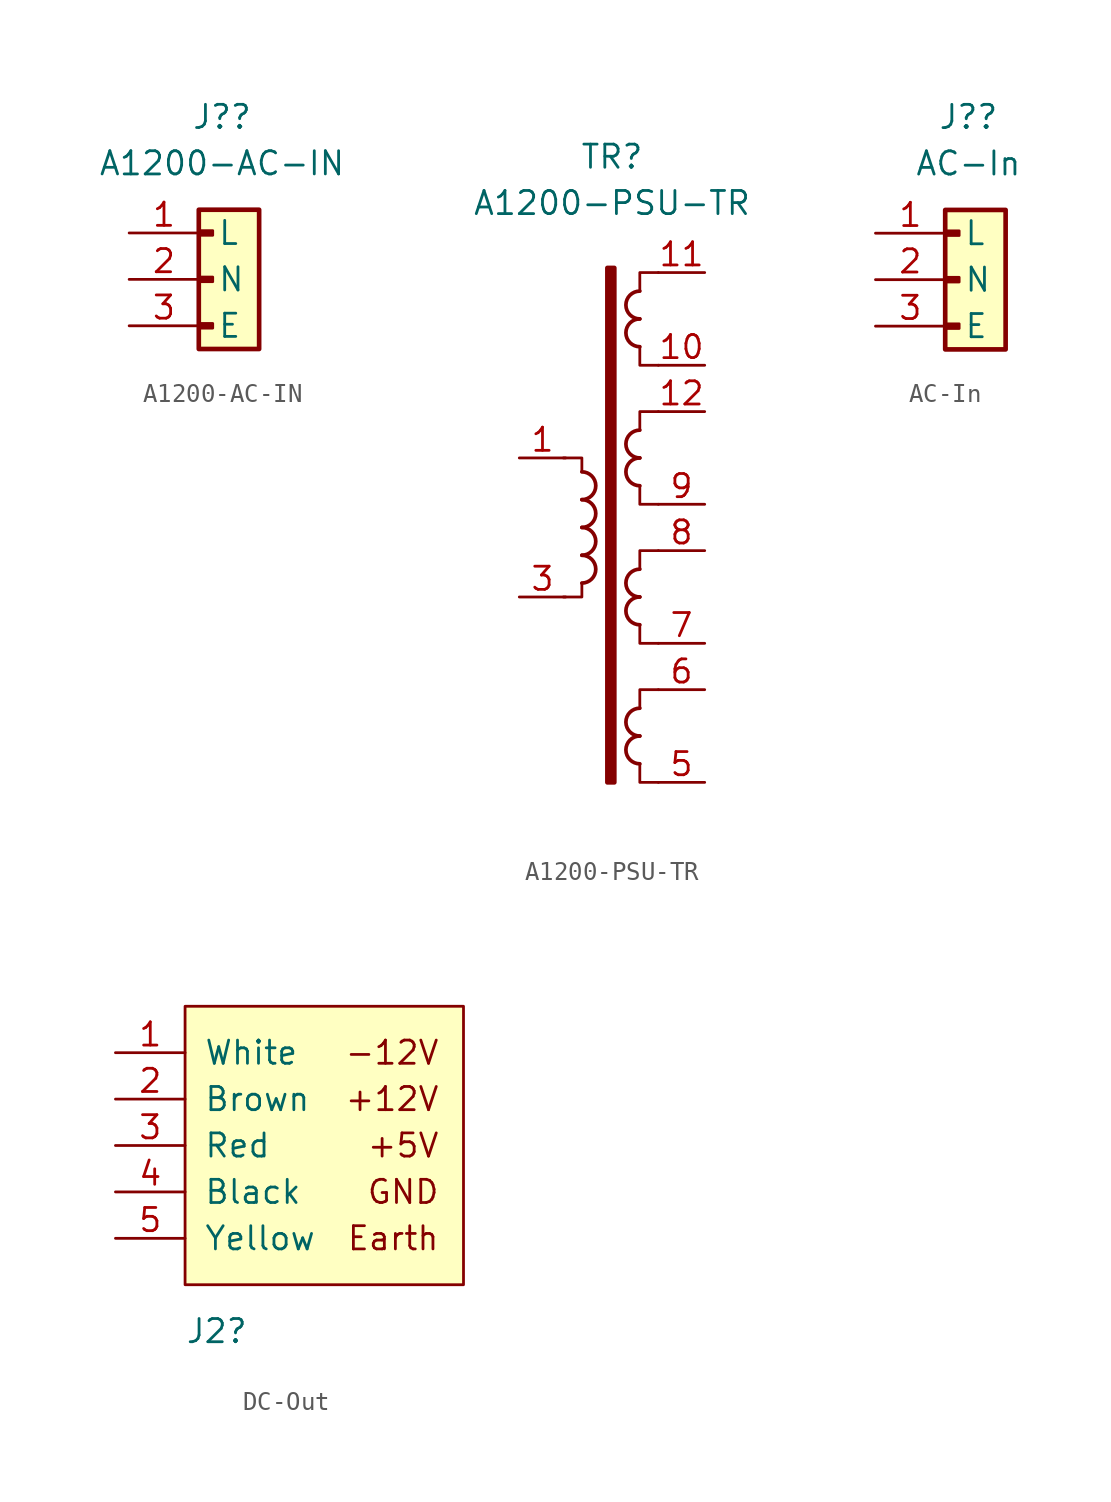
<source format=kicad_sym>
(kicad_symbol_lib
  (version 20211014)
  (generator kicad_symbol_editor)
  (symbol "A1200-AC-IN"
    (pin_names
      (offset 1.016))
    (property "Reference" "J?"
      (at 0 8.89 0)
      (effects (font (size 1.27 1.27))))
    (property "Value" "A1200-AC-IN"
      (at 0 6.35 0)
      (effects (font (size 1.27 1.27))))
    (symbol "A1200-AC-IN_1_1"
      (rectangle (start -1.27 -2.413) (end -0.508 -2.667) (stroke (width 0.152) (type default) (color 0 0 0 0)) (fill (type outline)))
      (rectangle (start -1.27 0.127) (end -0.508 -0.127) (stroke (width 0.152) (type default) (color 0 0 0 0)) (fill (type outline)))
      (rectangle (start -1.27 2.667) (end -0.508 2.413) (stroke (width 0.152) (type default) (color 0 0 0 0)) (fill (type outline)))
      (rectangle (start -1.27 3.81) (end 2.032 -3.81) (stroke (width 0.254) (type default) (color 0 0 0 0)) (fill (type background)))
      (pin passive line (at -5.08 2.54 0) (length 3.81) (name "L" (effects (font (size 1.27 1.27)))) (number "1" (effects (font (size 1.27 1.27)))))
      (pin passive line (at -5.08 0 0) (length 3.81) (name "N" (effects (font (size 1.27 1.27)))) (number "2" (effects (font (size 1.27 1.27)))))
      (pin passive line (at -5.08 -2.54 0) (length 3.81) (name "E" (effects (font (size 1.27 1.27)))) (number "3" (effects (font (size 1.27 1.27)))))))
  (symbol "A1200-PSU-TR"
    (pin_names
      (offset 0))
    (property "Reference" "TR"
      (at 0 20.32 0)
      (effects (font (size 1.27 1.27))))
    (property "Value" "A1200-PSU-TR"
      (at 0 17.78 0)
      (effects (font (size 1.27 1.27))))
    (symbol "A1200-PSU-TR_0_1"
      (arc (start -1.651 -3.048) (mid -0.889 -2.286) (end -1.651 -1.524) (stroke (width 0.2032) (type default) (color 0 0 0 0)) (fill (type none)))
      (arc (start -1.651 -1.524) (mid -0.889 -0.762) (end -1.651 0) (stroke (width 0.2032) (type default) (color 0 0 0 0)) (fill (type none)))
      (arc (start -1.651 0) (mid -0.889 0.762) (end -1.651 1.524) (stroke (width 0.2032) (type default) (color 0 0 0 0)) (fill (type none)))
      (arc (start -1.651 1.524) (mid -0.889 2.286) (end -1.651 3.048) (stroke (width 0.2032) (type default) (color 0 0 0 0)) (fill (type none)))
      (rectangle (start -0.254 14.224) (end 0.127 -13.97) (stroke (width 0.254) (type default) (color 0 0 0 0)) (fill (type outline)))
      (polyline (pts (xy -1.651 3.048) (xy -1.651 3.81) (xy -2.667 3.81) (xy -2.667 3.81)) (stroke (width 0) (type default) (color 0 0 0 0)) (fill (type none)))
      (polyline (pts (xy -1.651 -3.048) (xy -1.651 -3.81) (xy -2.667 -3.81) (xy -2.667 -3.81) (xy -2.667 -3.81) (xy -2.667 -3.81)) (stroke (width 0) (type default) (color 0 0 0 0)) (fill (type none))))
    (symbol "A1200-PSU-TR_1_1"
      (polyline (pts (xy 1.524 -12.954) (xy 1.524 -13.97) (xy 2.54 -13.97)) (stroke (width 0) (type default) (color 0 0 0 0)) (fill (type none)))
      (polyline (pts (xy 1.524 -5.334) (xy 1.524 -6.35) (xy 2.54 -6.35)) (stroke (width 0) (type default) (color 0 0 0 0)) (fill (type none)))
      (polyline (pts (xy 1.524 2.286) (xy 1.524 1.27) (xy 2.54 1.27)) (stroke (width 0) (type default) (color 0 0 0 0)) (fill (type none)))
      (polyline (pts (xy 1.524 9.906) (xy 1.524 8.89) (xy 2.54 8.89)) (stroke (width 0) (type default) (color 0 0 0 0)) (fill (type none)))
      (polyline (pts (xy 1.524 -9.906) (xy 1.524 -8.89) (xy 2.54 -8.89) (xy 2.54 -8.89)) (stroke (width 0) (type default) (color 0 0 0 0)) (fill (type none)))
      (polyline (pts (xy 1.524 -2.286) (xy 1.524 -1.27) (xy 2.54 -1.27) (xy 2.54 -1.27)) (stroke (width 0) (type default) (color 0 0 0 0)) (fill (type none)))
      (polyline (pts (xy 1.524 5.334) (xy 1.524 6.35) (xy 2.54 6.35) (xy 2.54 6.35)) (stroke (width 0) (type default) (color 0 0 0 0)) (fill (type none)))
      (polyline (pts (xy 1.524 12.954) (xy 1.524 13.97) (xy 2.54 13.97) (xy 2.54 13.97)) (stroke (width 0) (type default) (color 0 0 0 0)) (fill (type none)))
      (arc (start 1.524 -11.43) (mid 0.762 -12.192) (end 1.524 -12.954) (stroke (width 0.2032) (type default) (color 0 0 0 0)) (fill (type none)))
      (arc (start 1.524 -9.906) (mid 0.762 -10.668) (end 1.524 -11.43) (stroke (width 0.2032) (type default) (color 0 0 0 0)) (fill (type none)))
      (arc (start 1.524 -3.81) (mid 0.762 -4.572) (end 1.524 -5.334) (stroke (width 0.2032) (type default) (color 0 0 0 0)) (fill (type none)))
      (arc (start 1.524 -2.286) (mid 0.762 -3.048) (end 1.524 -3.81) (stroke (width 0.2032) (type default) (color 0 0 0 0)) (fill (type none)))
      (arc (start 1.524 3.81) (mid 0.762 3.048) (end 1.524 2.286) (stroke (width 0.2032) (type default) (color 0 0 0 0)) (fill (type none)))
      (arc (start 1.524 5.334) (mid 0.762 4.572) (end 1.524 3.81) (stroke (width 0.2032) (type default) (color 0 0 0 0)) (fill (type none)))
      (arc (start 1.524 11.43) (mid 0.762 10.668) (end 1.524 9.906) (stroke (width 0.2032) (type default) (color 0 0 0 0)) (fill (type none)))
      (arc (start 1.524 12.954) (mid 0.762 12.192) (end 1.524 11.43) (stroke (width 0.2032) (type default) (color 0 0 0 0)) (fill (type none)))
      (pin passive line (at -5.08 3.81 0) (length 2.54) (name "" (effects (font (size 1.27 1.27)))) (number "1" (effects (font (size 1.27 1.27)))))
      (pin passive line (at 5.08 8.89 180) (length 2.54) (name "" (effects (font (size 1.27 1.27)))) (number "10" (effects (font (size 1.27 1.27)))))
      (pin passive line (at 5.08 13.97 180) (length 2.54) (name "" (effects (font (size 1.27 1.27)))) (number "11" (effects (font (size 1.27 1.27)))))
      (pin passive line (at 5.08 6.35 180) (length 2.54) (name "" (effects (font (size 1.27 1.27)))) (number "12" (effects (font (size 1.27 1.27)))))
      (pin passive line (at -5.08 -3.81 0) (length 2.54) (name "" (effects (font (size 1.27 1.27)))) (number "3" (effects (font (size 1.27 1.27)))))
      (pin passive line (at 5.08 -13.97 180) (length 2.54) (name "" (effects (font (size 1.27 1.27)))) (number "5" (effects (font (size 1.27 1.27)))))
      (pin passive line (at 5.08 -8.89 180) (length 2.54) (name "" (effects (font (size 1.27 1.27)))) (number "6" (effects (font (size 1.27 1.27)))))
      (pin passive line (at 5.08 -6.35 180) (length 2.54) (name "" (effects (font (size 1.27 1.27)))) (number "7" (effects (font (size 1.27 1.27)))))
      (pin passive line (at 5.08 -1.27 180) (length 2.54) (name "" (effects (font (size 1.27 1.27)))) (number "8" (effects (font (size 1.27 1.27)))))
      (pin passive line (at 5.08 1.27 180) (length 2.54) (name "" (effects (font (size 1.27 1.27)))) (number "9" (effects (font (size 1.27 1.27)))))))
  (symbol "AC-In"
    (pin_names
      (offset 1.016))
    (property "Reference" "J?"
      (at 0 8.89 0)
      (effects (font (size 1.27 1.27))))
    (property "Value" "AC-In"
      (at 0 6.35 0)
      (effects (font (size 1.27 1.27))))
    (symbol "AC-In_1_1"
      (rectangle (start -1.27 -2.413) (end -0.508 -2.667) (stroke (width 0.152) (type default) (color 0 0 0 0)) (fill (type outline)))
      (rectangle (start -1.27 0.127) (end -0.508 -0.127) (stroke (width 0.152) (type default) (color 0 0 0 0)) (fill (type outline)))
      (rectangle (start -1.27 2.667) (end -0.508 2.413) (stroke (width 0.152) (type default) (color 0 0 0 0)) (fill (type outline)))
      (rectangle (start -1.27 3.81) (end 2.032 -3.81) (stroke (width 0.254) (type default) (color 0 0 0 0)) (fill (type background)))
      (pin passive line (at -5.08 2.54 0) (length 3.81) (name "L" (effects (font (size 1.27 1.27)))) (number "1" (effects (font (size 1.27 1.27)))))
      (pin passive line (at -5.08 0 0) (length 3.81) (name "N" (effects (font (size 1.27 1.27)))) (number "2" (effects (font (size 1.27 1.27)))))
      (pin passive line (at -5.08 -2.54 0) (length 3.81) (name "E" (effects (font (size 1.27 1.27)))) (number "3" (effects (font (size 1.27 1.27)))))))
  (symbol "DC-Out"
    (pin_names
      (offset 1.016))
    (property "Reference" "J2"
      (at -1.27 -10.16 0)
      (effects (font (size 1.27 1.27)) (justify left)))
    (symbol "DC-Out_0_0"
      (text "+12V" (at 12.7 2.54 0) (effects (font (size 1.27 1.27)) (justify right)))
      (text "+5V" (at 12.7 0 0) (effects (font (size 1.27 1.27)) (justify right)))
      (text "-12V" (at 12.7 5.08 0) (effects (font (size 1.27 1.27)) (justify right)))
      (text "Earth" (at 12.7 -5.08 0) (effects (font (size 1.27 1.27)) (justify right)))
      (text "GND" (at 12.7 -2.54 0) (effects (font (size 1.27 1.27)) (justify right))))
    (symbol "DC-Out_0_1"
      (rectangle (start -1.27 7.62) (end 13.97 -7.62) (stroke (width 0) (type default) (color 0 0 0 0)) (fill (type background))))
    (symbol "DC-Out_1_1"
      (pin passive line (at -5.08 5.08 0) (length 3.81) (name "White" (effects (font (size 1.27 1.27)))) (number "1" (effects (font (size 1.27 1.27)))))
      (pin passive line (at -5.08 2.54 0) (length 3.81) (name "Brown" (effects (font (size 1.27 1.27)))) (number "2" (effects (font (size 1.27 1.27)))))
      (pin passive line (at -5.08 0 0) (length 3.81) (name "Red" (effects (font (size 1.27 1.27)))) (number "3" (effects (font (size 1.27 1.27)))))
      (pin passive line (at -5.08 -2.54 0) (length 3.81) (name "Black" (effects (font (size 1.27 1.27)))) (number "4" (effects (font (size 1.27 1.27)))))
      (pin passive line (at -5.08 -5.08 0) (length 3.81) (name "Yellow" (effects (font (size 1.27 1.27)))) (number "5" (effects (font (size 1.27 1.27))))))))
</source>
